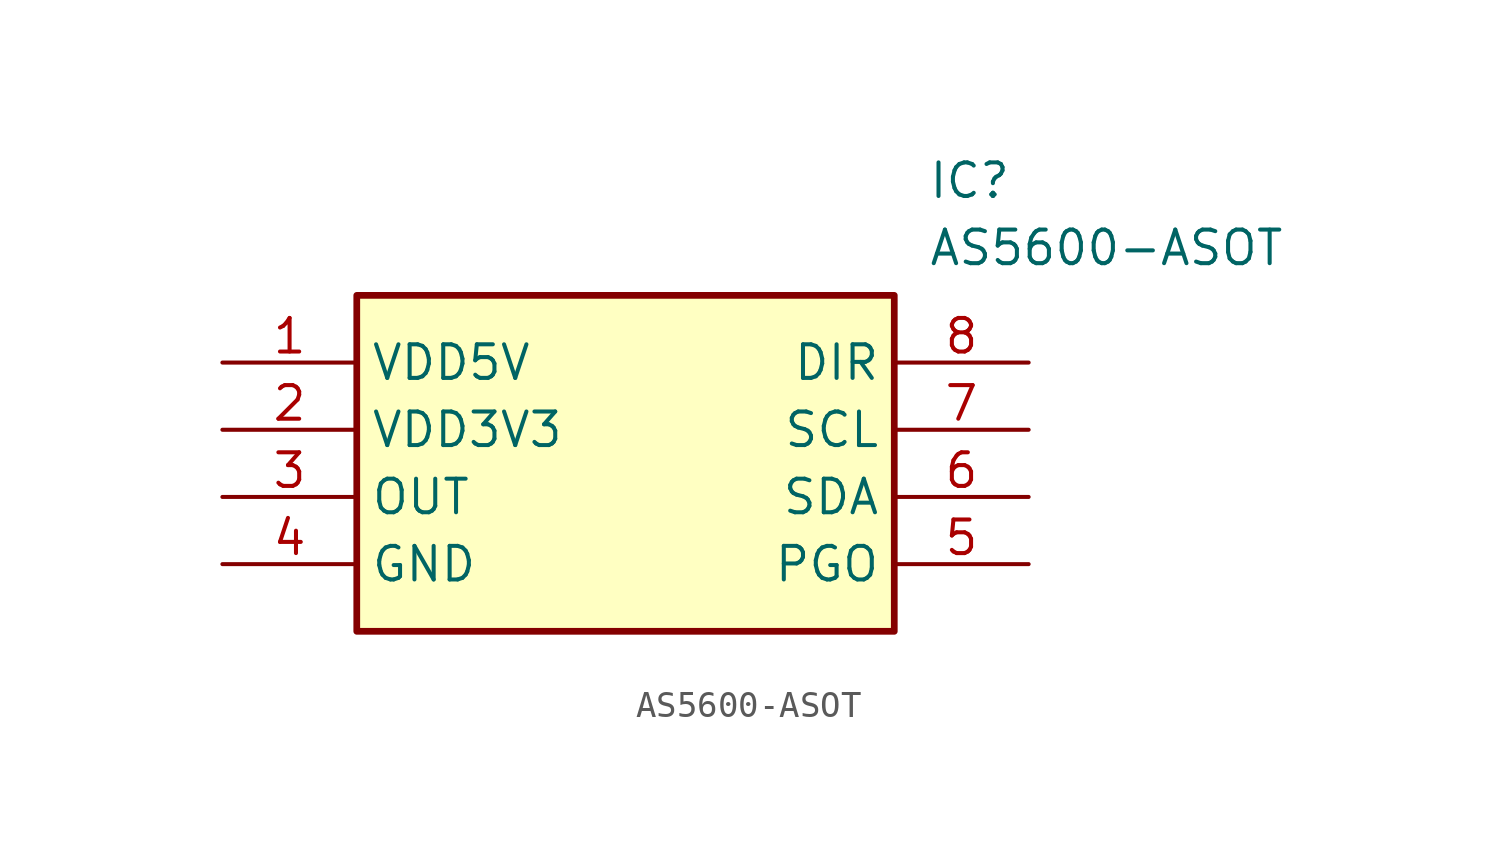
<source format=kicad_sym>
(kicad_symbol_lib
  (version 20241209)
  (generator "kicad_symbol_editor")
  (generator_version "9.0")
  (symbol "AS5600-ASOT"
    (property "Reference" "IC"
      (at 26.67 7.62 0)
      (effects (font (size 1.27 1.27)) (justify left top)))
    (property "Value" "AS5600-ASOT"
      (at 26.67 5.08 0)
      (effects (font (size 1.27 1.27)) (justify left top)))
    (symbol "AS5600-ASOT_1_1"
      (rectangle (start 5.08 2.54) (end 25.4 -10.16) (stroke (width 0.254) (type default)) (fill (type background)))
      (pin passive line (at 0 0 0) (length 5.08) (name "VDD5V" (effects (font (size 1.27 1.27)))) (number "1" (effects (font (size 1.27 1.27)))))
      (pin passive line (at 0 -2.54 0) (length 5.08) (name "VDD3V3" (effects (font (size 1.27 1.27)))) (number "2" (effects (font (size 1.27 1.27)))))
      (pin passive line (at 0 -5.08 0) (length 5.08) (name "OUT" (effects (font (size 1.27 1.27)))) (number "3" (effects (font (size 1.27 1.27)))))
      (pin passive line (at 0 -7.62 0) (length 5.08) (name "GND" (effects (font (size 1.27 1.27)))) (number "4" (effects (font (size 1.27 1.27)))))
      (pin passive line (at 30.48 0 180) (length 5.08) (name "DIR" (effects (font (size 1.27 1.27)))) (number "8" (effects (font (size 1.27 1.27)))))
      (pin passive line (at 30.48 -2.54 180) (length 5.08) (name "SCL" (effects (font (size 1.27 1.27)))) (number "7" (effects (font (size 1.27 1.27)))))
      (pin passive line (at 30.48 -5.08 180) (length 5.08) (name "SDA" (effects (font (size 1.27 1.27)))) (number "6" (effects (font (size 1.27 1.27)))))
      (pin passive line (at 30.48 -7.62 180) (length 5.08) (name "PGO" (effects (font (size 1.27 1.27)))) (number "5" (effects (font (size 1.27 1.27))))))))
</source>
